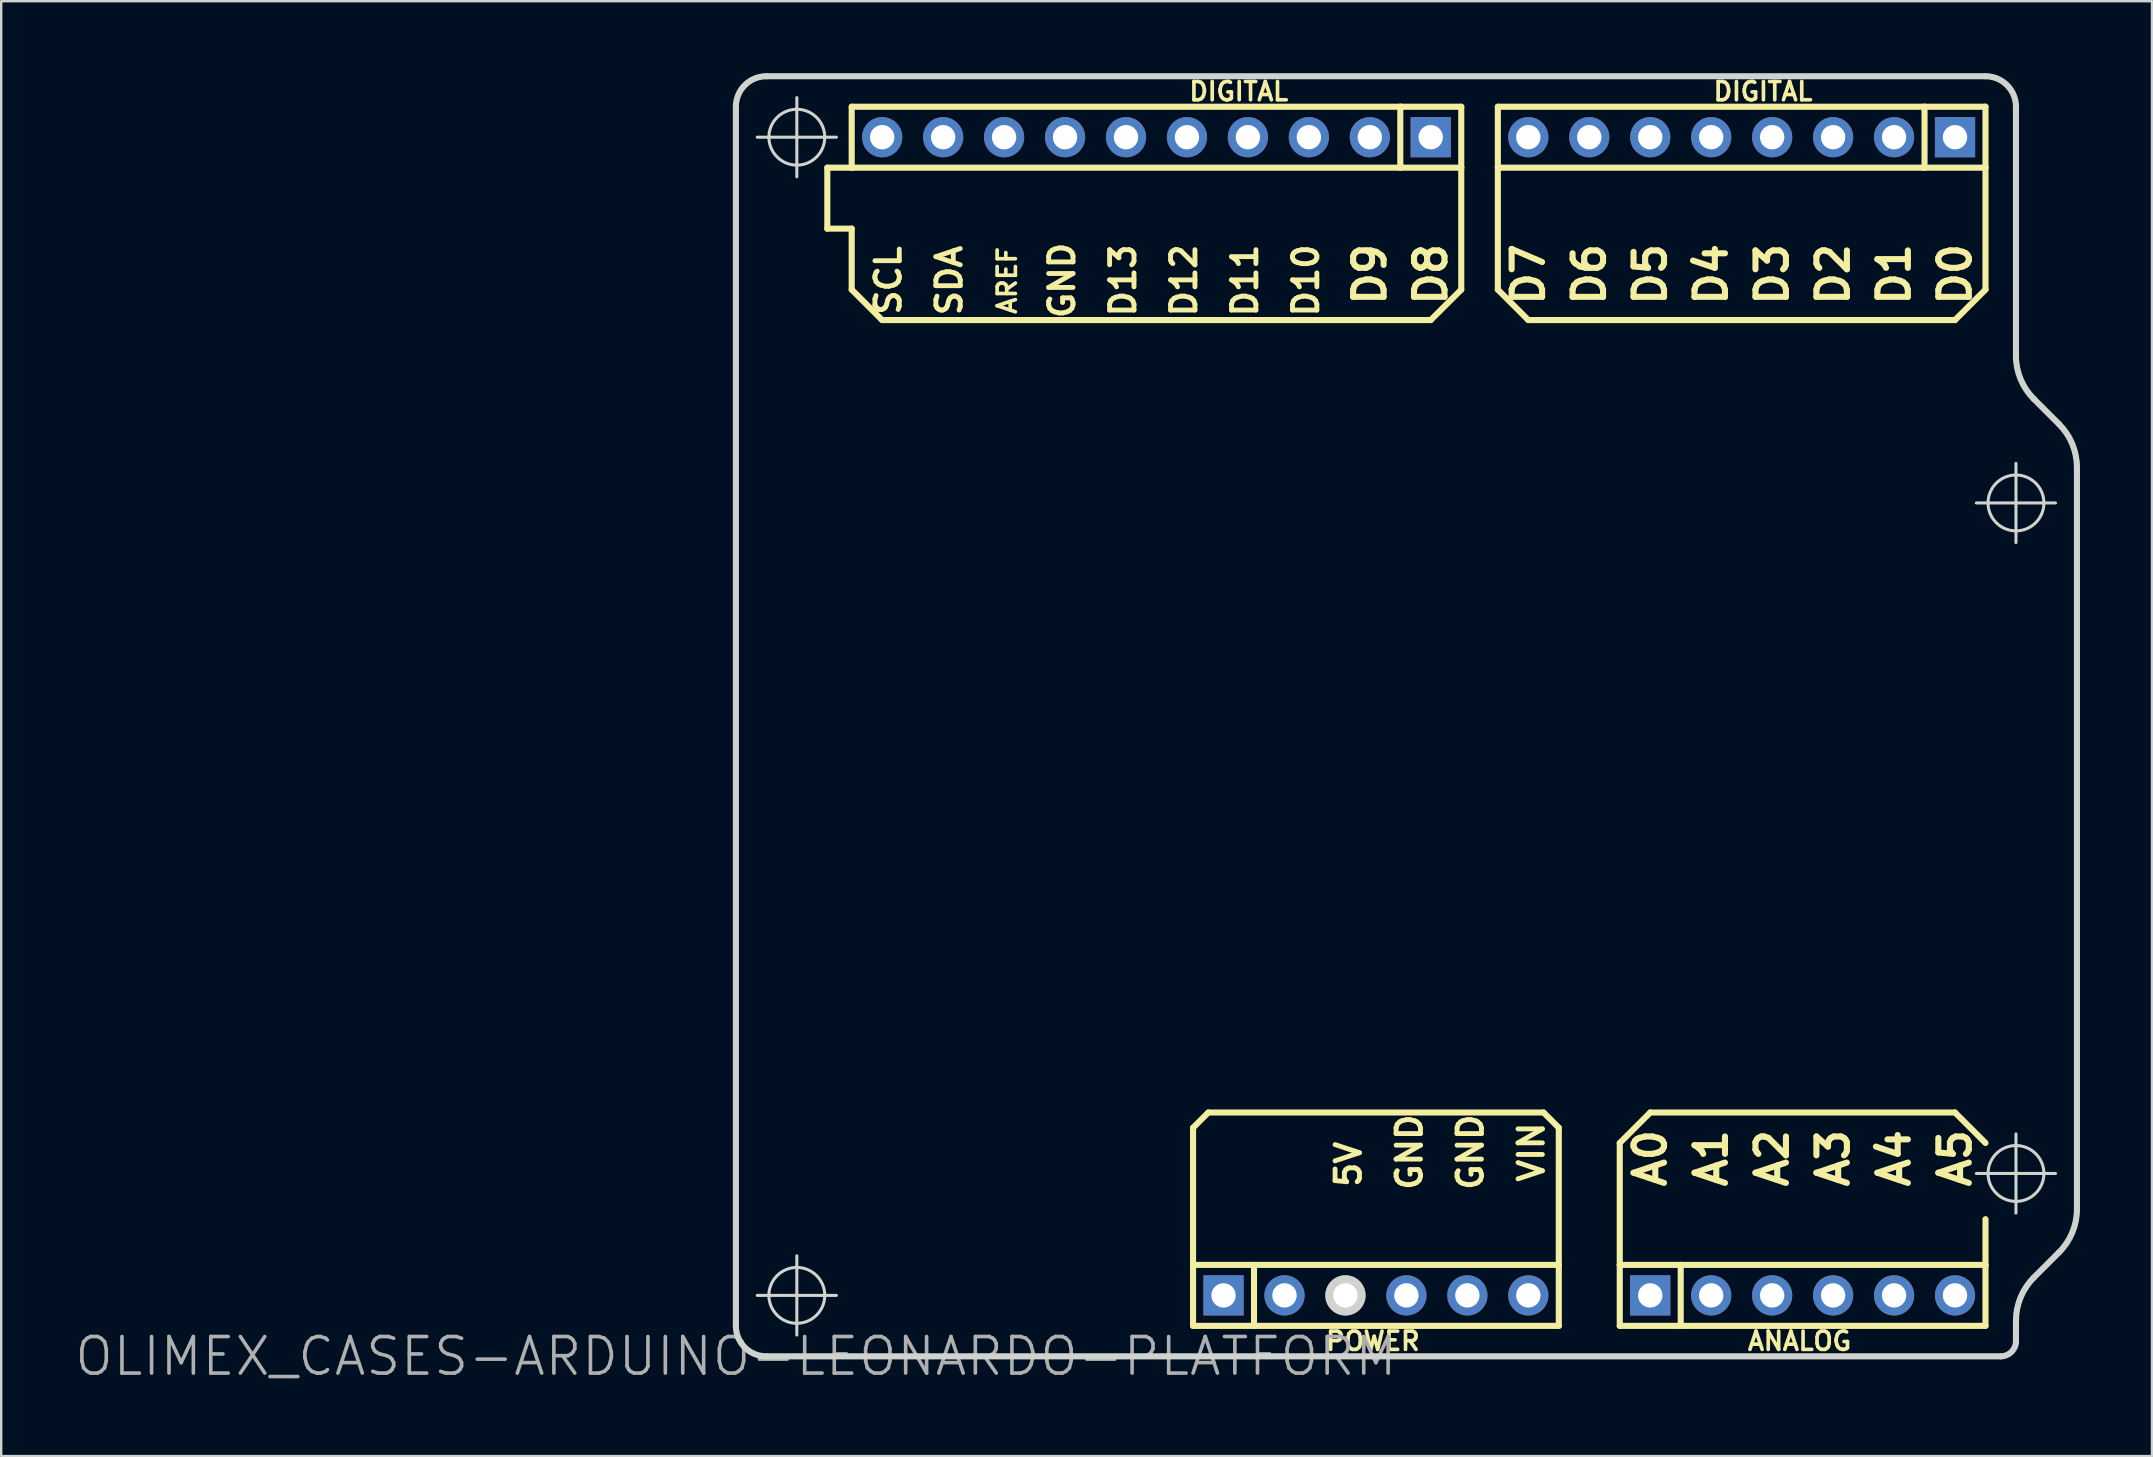
<source format=kicad_pcb>
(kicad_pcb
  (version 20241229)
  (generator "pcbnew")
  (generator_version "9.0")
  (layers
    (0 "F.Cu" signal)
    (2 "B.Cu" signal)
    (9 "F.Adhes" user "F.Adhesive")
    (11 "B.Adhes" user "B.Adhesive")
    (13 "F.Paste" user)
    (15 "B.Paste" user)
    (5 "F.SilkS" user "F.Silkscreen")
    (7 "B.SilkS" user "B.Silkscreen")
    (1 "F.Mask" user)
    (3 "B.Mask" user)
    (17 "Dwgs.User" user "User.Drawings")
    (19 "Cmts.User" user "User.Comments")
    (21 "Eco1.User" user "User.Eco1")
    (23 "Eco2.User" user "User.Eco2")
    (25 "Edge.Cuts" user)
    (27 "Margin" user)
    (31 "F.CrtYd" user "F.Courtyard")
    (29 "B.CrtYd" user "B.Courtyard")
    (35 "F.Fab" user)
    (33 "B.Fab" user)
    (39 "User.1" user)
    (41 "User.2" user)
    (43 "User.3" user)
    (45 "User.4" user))
  (footprint "OLIMEX_CASES-ARDUINO-LEONARDO-PLATFORM"
    (layer "F.Cu")
    (at 27.613 53.467)
    (property "Reference" "OLIMEX_CASES-ARDUINO-LEONARDO-PLATFORM" (at 0 0 0) (layer "F.Fab") (effects (font (size 1.524 1.524) (thickness 0.15))))
    (attr exclude_from_pos_files exclude_from_bom)
    (fp_line (start 3.81 -49.53) (end 3.81 -46.99) (stroke (width 0.254) (type solid)) (layer "F.SilkS"))
    (fp_line (start 3.81 -46.99) (end 4.826 -46.99) (stroke (width 0.254) (type solid)) (layer "F.SilkS"))
    (fp_line (start 4.826 -52.07) (end 27.686 -52.07) (stroke (width 0.254) (type solid)) (layer "F.SilkS"))
    (fp_line (start 4.826 -49.53) (end 3.81 -49.53) (stroke (width 0.254) (type solid)) (layer "F.SilkS"))
    (fp_line (start 4.826 -49.53) (end 4.826 -52.07) (stroke (width 0.254) (type solid)) (layer "F.SilkS"))
    (fp_line (start 4.826 -46.99) (end 4.826 -44.45) (stroke (width 0.254) (type solid)) (layer "F.SilkS"))
    (fp_line (start 4.826 -44.45) (end 6.096 -43.18) (stroke (width 0.254) (type solid)) (layer "F.SilkS"))
    (fp_line (start 19.05 -9.525) (end 19.685 -10.16) (stroke (width 0.254) (type solid)) (layer "F.SilkS"))
    (fp_line (start 19.05 -3.81) (end 19.05 -9.525) (stroke (width 0.254) (type solid)) (layer "F.SilkS"))
    (fp_line (start 19.05 -3.81) (end 21.59 -3.81) (stroke (width 0.254) (type solid)) (layer "F.SilkS"))
    (fp_line (start 19.05 -1.27) (end 19.05 -3.81) (stroke (width 0.254) (type solid)) (layer "F.SilkS"))
    (fp_line (start 19.685 -10.16) (end 33.655 -10.16) (stroke (width 0.254) (type solid)) (layer "F.SilkS"))
    (fp_line (start 21.59 -3.81) (end 21.59 -1.27) (stroke (width 0.254) (type solid)) (layer "F.SilkS"))
    (fp_line (start 21.59 -3.81) (end 34.29 -3.81) (stroke (width 0.254) (type solid)) (layer "F.SilkS"))
    (fp_line (start 21.59 -1.27) (end 19.05 -1.27) (stroke (width 0.254) (type solid)) (layer "F.SilkS"))
    (fp_line (start 27.686 -52.07) (end 30.226 -52.07) (stroke (width 0.254) (type solid)) (layer "F.SilkS"))
    (fp_line (start 27.686 -49.53) (end 4.826 -49.53) (stroke (width 0.254) (type solid)) (layer "F.SilkS"))
    (fp_line (start 27.686 -49.53) (end 27.686 -52.07) (stroke (width 0.254) (type solid)) (layer "F.SilkS"))
    (fp_line (start 28.953 -43.18) (end 6.096 -43.18) (stroke (width 0.254) (type solid)) (layer "F.SilkS"))
    (fp_line (start 30.226 -52.07) (end 30.226 -49.53) (stroke (width 0.254) (type solid)) (layer "F.SilkS"))
    (fp_line (start 30.226 -49.53) (end 27.686 -49.53) (stroke (width 0.254) (type solid)) (layer "F.SilkS"))
    (fp_line (start 30.226 -49.53) (end 30.226 -44.45) (stroke (width 0.254) (type solid)) (layer "F.SilkS"))
    (fp_line (start 30.226 -44.45) (end 28.953 -43.18) (stroke (width 0.254) (type solid)) (layer "F.SilkS"))
    (fp_line (start 31.75 -52.07) (end 49.53 -52.07) (stroke (width 0.254) (type solid)) (layer "F.SilkS"))
    (fp_line (start 31.75 -49.53) (end 31.75 -52.07) (stroke (width 0.254) (type solid)) (layer "F.SilkS"))
    (fp_line (start 31.75 -49.53) (end 31.75 -44.45) (stroke (width 0.254) (type solid)) (layer "F.SilkS"))
    (fp_line (start 31.75 -44.45) (end 33.02 -43.18) (stroke (width 0.254) (type solid)) (layer "F.SilkS"))
    (fp_line (start 33.655 -10.16) (end 34.29 -9.525) (stroke (width 0.254) (type solid)) (layer "F.SilkS"))
    (fp_line (start 34.29 -3.81) (end 34.29 -9.525) (stroke (width 0.254) (type solid)) (layer "F.SilkS"))
    (fp_line (start 34.29 -3.81) (end 34.29 -1.27) (stroke (width 0.254) (type solid)) (layer "F.SilkS"))
    (fp_line (start 34.29 -1.27) (end 21.59 -1.27) (stroke (width 0.254) (type solid)) (layer "F.SilkS"))
    (fp_line (start 36.83 -8.89) (end 38.1 -10.16) (stroke (width 0.254) (type solid)) (layer "F.SilkS"))
    (fp_line (start 36.83 -3.81) (end 36.83 -8.89) (stroke (width 0.254) (type solid)) (layer "F.SilkS"))
    (fp_line (start 36.83 -3.81) (end 39.37 -3.81) (stroke (width 0.254) (type solid)) (layer "F.SilkS"))
    (fp_line (start 36.83 -1.27) (end 36.83 -3.81) (stroke (width 0.254) (type solid)) (layer "F.SilkS"))
    (fp_line (start 38.1 -10.16) (end 50.8 -10.16) (stroke (width 0.254) (type solid)) (layer "F.SilkS"))
    (fp_line (start 39.37 -3.81) (end 39.37 -1.27) (stroke (width 0.254) (type solid)) (layer "F.SilkS"))
    (fp_line (start 39.37 -3.81) (end 52.07 -3.81) (stroke (width 0.254) (type solid)) (layer "F.SilkS"))
    (fp_line (start 39.37 -1.27) (end 36.83 -1.27) (stroke (width 0.254) (type solid)) (layer "F.SilkS"))
    (fp_line (start 49.53 -52.07) (end 52.07 -52.07) (stroke (width 0.254) (type solid)) (layer "F.SilkS"))
    (fp_line (start 49.53 -49.53) (end 31.75 -49.53) (stroke (width 0.254) (type solid)) (layer "F.SilkS"))
    (fp_line (start 49.53 -49.53) (end 49.53 -52.07) (stroke (width 0.254) (type solid)) (layer "F.SilkS"))
    (fp_line (start 50.8 -43.18) (end 33.02 -43.18) (stroke (width 0.254) (type solid)) (layer "F.SilkS"))
    (fp_line (start 52.07 -52.07) (end 52.07 -49.53) (stroke (width 0.254) (type solid)) (layer "F.SilkS"))
    (fp_line (start 52.07 -49.53) (end 49.53 -49.53) (stroke (width 0.254) (type solid)) (layer "F.SilkS"))
    (fp_line (start 52.07 -49.53) (end 52.07 -44.45) (stroke (width 0.254) (type solid)) (layer "F.SilkS"))
    (fp_line (start 52.07 -44.45) (end 50.8 -43.18) (stroke (width 0.254) (type solid)) (layer "F.SilkS"))
    (fp_line (start 52.07 -8.89) (end 50.8 -10.16) (stroke (width 0.254) (type solid)) (layer "F.SilkS"))
    (fp_line (start 52.07 -3.81) (end 52.07 -5.715) (stroke (width 0.254) (type solid)) (layer "F.SilkS"))
    (fp_line (start 52.07 -3.81) (end 52.07 -1.27) (stroke (width 0.254) (type solid)) (layer "F.SilkS"))
    (fp_line (start 52.07 -1.27) (end 39.37 -1.27) (stroke (width 0.254) (type solid)) (layer "F.SilkS"))
    (fp_line (start 0 -1.27) (end 0 -52.07) (stroke (width 0.254) (type solid)) (layer "Edge.Cuts"))
    (fp_line (start 0.889 -50.8) (end 4.188 -50.8) (stroke (width 0.127) (type solid)) (layer "Edge.Cuts"))
    (fp_line (start 0.889 -2.54) (end 4.188 -2.54) (stroke (width 0.127) (type solid)) (layer "Edge.Cuts"))
    (fp_line (start 1.27 -53.34) (end 52.07 -53.34) (stroke (width 0.254) (type solid)) (layer "Edge.Cuts"))
    (fp_line (start 2.54 -49.149) (end 2.54 -52.448) (stroke (width 0.127) (type solid)) (layer "Edge.Cuts"))
    (fp_line (start 2.54 -0.889) (end 2.54 -4.188) (stroke (width 0.127) (type solid)) (layer "Edge.Cuts"))
    (fp_line (start 51.689 -35.56) (end 54.988 -35.56) (stroke (width 0.127) (type solid)) (layer "Edge.Cuts"))
    (fp_line (start 51.689 -7.62) (end 54.988 -7.62) (stroke (width 0.127) (type solid)) (layer "Edge.Cuts"))
    (fp_line (start 52.705 0) (end 1.27 0) (stroke (width 0.254) (type solid)) (layer "Edge.Cuts"))
    (fp_line (start 53.34 -52.07) (end 53.34 -41.692) (stroke (width 0.254) (type solid)) (layer "Edge.Cuts"))
    (fp_line (start 53.34 -33.909) (end 53.34 -37.208) (stroke (width 0.127) (type solid)) (layer "Edge.Cuts"))
    (fp_line (start 53.34 -5.969) (end 53.34 -9.268) (stroke (width 0.127) (type solid)) (layer "Edge.Cuts"))
    (fp_line (start 53.34 -1.486) (end 53.34 -0.635) (stroke (width 0.254) (type solid)) (layer "Edge.Cuts"))
    (fp_line (start 54.082 -39.896) (end 55.136 -38.842) (stroke (width 0.254) (type solid)) (layer "Edge.Cuts"))
    (fp_line (start 55.136 -4.336) (end 54.082 -3.282) (stroke (width 0.254) (type solid)) (layer "Edge.Cuts"))
    (fp_line (start 55.88 -37.046) (end 55.88 -6.132) (stroke (width 0.254) (type solid)) (layer "Edge.Cuts"))
    (fp_arc (start 0 -52.07) (mid 0.371974 -52.968026) (end 1.27 -53.34) (stroke (width 0.254) (type solid)) (layer "Edge.Cuts"))
    (fp_arc (start 1.27 0) (mid 0.371974 -0.371974) (end 0 -1.27) (stroke (width 0.254) (type solid)) (layer "Edge.Cuts"))
    (fp_arc (start 52.07 -53.34) (mid 52.968026 -52.968026) (end 53.34 -52.07) (stroke (width 0.254) (type solid)) (layer "Edge.Cuts"))
    (fp_arc (start 53.34 -1.4859) (mid 53.532499 -2.455868) (end 54.080817 -3.278814) (stroke (width 0.254) (type solid)) (layer "Edge.Cuts"))
    (fp_arc (start 53.34 -0.635) (mid 53.154013 -0.185987) (end 52.705 0) (stroke (width 0.254) (type solid)) (layer "Edge.Cuts"))
    (fp_arc (start 54.08168 -39.89578) (mid 53.532202 -40.718613) (end 53.338588 -41.68892) (stroke (width 0.254) (type solid)) (layer "Edge.Cuts"))
    (fp_arc (start 55.13578 -38.84168) (mid 55.685451 -38.019816) (end 55.879613 -37.050332) (stroke (width 0.254) (type solid)) (layer "Edge.Cuts"))
    (fp_arc (start 55.88 -6.13156) (mid 55.687501 -5.161592) (end 55.139183 -4.338646) (stroke (width 0.254) (type solid)) (layer "Edge.Cuts"))
    (fp_circle (center 2.54 -50.8) (end 3.363 -51.623) (stroke (width 0.127) (type solid)) (fill no) (layer "Edge.Cuts"))
    (fp_circle (center 2.54 -2.54) (end 3.363 -3.363) (stroke (width 0.127) (type solid)) (fill no) (layer "Edge.Cuts"))
    (fp_circle (center 53.34 -35.56) (end 54.163 -36.383) (stroke (width 0.127) (type solid)) (fill no) (layer "Edge.Cuts"))
    (fp_circle (center 53.34 -7.62) (end 54.163 -8.443) (stroke (width 0.127) (type solid)) (fill no) (layer "Edge.Cuts"))
    (fp_text user "D8" (at 28.953 -45.085 270) (layer "F.SilkS") (effects (font (size 1.27 1.27) (thickness 0.254))))
    (fp_text user "D1" (at 48.26 -45.085 270) (layer "F.SilkS") (effects (font (size 1.27 1.27) (thickness 0.254))))
    (fp_text user "D10" (at 23.749 -44.831 270) (layer "F.SilkS") (effects (font (size 1.016 1.016) (thickness 0.203))))
    (fp_text user "VIN" (at 33.147 -8.509 90) (layer "F.SilkS") (effects (font (size 1.016 1.016) (thickness 0.203))))
    (fp_text user "D6" (at 35.56 -45.085 270) (layer "F.SilkS") (effects (font (size 1.27 1.27) (thickness 0.254))))
    (fp_text user "GND" (at 30.607 -8.509 90) (layer "F.SilkS") (effects (font (size 1.016 1.016) (thickness 0.203))))
    (fp_text user "D5" (at 38.1 -45.085 270) (layer "F.SilkS") (effects (font (size 1.27 1.27) (thickness 0.254))))
    (fp_text user "A5" (at 50.8 -8.255 90) (layer "F.SilkS") (effects (font (size 1.27 1.27) (thickness 0.254))))
    (fp_text user "GND" (at 13.589 -44.831 270) (layer "F.SilkS") (effects (font (size 1.016 1.016) (thickness 0.203))))
    (fp_text user "D13" (at 16.129 -44.831 270) (layer "F.SilkS") (effects (font (size 1.016 1.016) (thickness 0.203))))
    (fp_text user "D2" (at 45.72 -45.085 270) (layer "F.SilkS") (effects (font (size 1.27 1.27) (thickness 0.254))))
    (fp_text user "D11" (at 21.209 -44.831 270) (layer "F.SilkS") (effects (font (size 1.016 1.016) (thickness 0.203))))
    (fp_text user "GND" (at 28.067 -8.509 90) (layer "F.SilkS") (effects (font (size 1.016 1.016) (thickness 0.203))))
    (fp_text user "A3" (at 45.72 -8.255 90) (layer "F.SilkS") (effects (font (size 1.27 1.27) (thickness 0.254))))
    (fp_text user "D9" (at 26.416 -45.085 270) (layer "F.SilkS") (effects (font (size 1.27 1.27) (thickness 0.254))))
    (fp_text user "AREF" (at 11.303 -44.831 270) (layer "F.SilkS") (effects (font (size 0.762 0.762) (thickness 0.152))))
    (fp_text user "5V" (at 25.524 -8.001 90) (layer "F.SilkS") (effects (font (size 1.016 1.016) (thickness 0.203))))
    (fp_text user "D12" (at 18.669 -44.831 270) (layer "F.SilkS") (effects (font (size 1.016 1.016) (thickness 0.203))))
    (fp_text user "SDA" (at 8.89 -44.831 270) (layer "F.SilkS") (effects (font (size 1.016 1.016) (thickness 0.203))))
    (fp_text user "D7" (at 33.02 -45.085 270) (layer "F.SilkS") (effects (font (size 1.27 1.27) (thickness 0.254))))
    (fp_text user "DIGITAL" (at 42.799 -52.705 0) (layer "F.SilkS") (effects (font (size 0.762 0.762) (thickness 0.152))))
    (fp_text user "SCL" (at 6.35 -44.831 270) (layer "F.SilkS") (effects (font (size 1.016 1.016) (thickness 0.203))))
    (fp_text user "A4" (at 48.26 -8.255 90) (layer "F.SilkS") (effects (font (size 1.27 1.27) (thickness 0.254))))
    (fp_text user "ANALOG" (at 44.323 -0.635 180) (layer "F.SilkS") (effects (font (size 0.762 0.762) (thickness 0.152))))
    (fp_text user "A0" (at 38.1 -8.255 90) (layer "F.SilkS") (effects (font (size 1.27 1.27) (thickness 0.254))))
    (fp_text user "POWER" (at 26.543 -0.635 180) (layer "F.SilkS") (effects (font (size 0.762 0.762) (thickness 0.152))))
    (fp_text user "D3" (at 43.18 -45.085 270) (layer "F.SilkS") (effects (font (size 1.27 1.27) (thickness 0.254))))
    (fp_text user "A2" (at 43.18 -8.255 90) (layer "F.SilkS") (effects (font (size 1.27 1.27) (thickness 0.254))))
    (fp_text user "A1" (at 40.64 -8.255 90) (layer "F.SilkS") (effects (font (size 1.27 1.27) (thickness 0.254))))
    (fp_text user "DIGITAL" (at 20.955 -52.705 0) (layer "F.SilkS") (effects (font (size 0.762 0.762) (thickness 0.152))))
    (fp_text user "D0" (at 50.8 -45.085 270) (layer "F.SilkS") (effects (font (size 1.27 1.27) (thickness 0.254))))
    (fp_text user "D4" (at 40.64 -45.085 270) (layer "F.SilkS") (effects (font (size 1.27 1.27) (thickness 0.254))))
    (pad "3V3" thru_hole circle (at 22.86 -2.54) (size 1.676 1.676) (drill 1.016) (layers "*.Cu" "*.Mask"))
    (pad "5V" thru_hole circle (at 25.4 -2.54) (size 1.676 1.676) (drill 1.016) (layers "*.Cu" "*.Mask" "Edge.Cuts"))
    (pad "A0" thru_hole rect (at 38.1 -2.54) (size 1.676 1.676) (drill 1.016) (layers "*.Cu" "*.Mask"))
    (pad "A1" thru_hole circle (at 40.64 -2.54) (size 1.676 1.676) (drill 1.016) (layers "*.Cu" "*.Mask"))
    (pad "A2" thru_hole circle (at 43.18 -2.54) (size 1.676 1.676) (drill 1.016) (layers "*.Cu" "*.Mask"))
    (pad "A3" thru_hole circle (at 45.72 -2.54) (size 1.676 1.676) (drill 1.016) (layers "*.Cu" "*.Mask"))
    (pad "A4" thru_hole circle (at 48.26 -2.54) (size 1.676 1.676) (drill 1.016) (layers "*.Cu" "*.Mask"))
    (pad "A5" thru_hole circle (at 50.8 -2.54) (size 1.676 1.676) (drill 1.016) (layers "*.Cu" "*.Mask"))
    (pad "AREF" thru_hole circle (at 11.176 -50.8) (size 1.676 1.676) (drill 1.016) (layers "*.Cu" "*.Mask"))
    (pad "D0" thru_hole rect (at 50.8 -50.8) (size 1.676 1.676) (drill 1.016) (layers "*.Cu" "*.Mask"))
    (pad "D1" thru_hole circle (at 48.26 -50.8) (size 1.676 1.676) (drill 1.016) (layers "*.Cu" "*.Mask"))
    (pad "D2" thru_hole circle (at 45.72 -50.8) (size 1.676 1.676) (drill 1.016) (layers "*.Cu" "*.Mask"))
    (pad "D3" thru_hole circle (at 43.18 -50.8) (size 1.676 1.676) (drill 1.016) (layers "*.Cu" "*.Mask"))
    (pad "D4" thru_hole circle (at 40.64 -50.8) (size 1.676 1.676) (drill 1.016) (layers "*.Cu" "*.Mask"))
    (pad "D5" thru_hole circle (at 38.1 -50.8) (size 1.676 1.676) (drill 1.016) (layers "*.Cu" "*.Mask"))
    (pad "D6" thru_hole circle (at 35.56 -50.8) (size 1.676 1.676) (drill 1.016) (layers "*.Cu" "*.Mask"))
    (pad "D7" thru_hole circle (at 33.02 -50.8) (size 1.676 1.676) (drill 1.016) (layers "*.Cu" "*.Mask"))
    (pad "D8" thru_hole rect (at 28.953 -50.8) (size 1.676 1.676) (drill 1.016) (layers "*.Cu" "*.Mask"))
    (pad "D9" thru_hole circle (at 26.416 -50.8) (size 1.676 1.676) (drill 1.016) (layers "*.Cu" "*.Mask"))
    (pad "D10" thru_hole circle (at 23.876 -50.8) (size 1.676 1.676) (drill 1.016) (layers "*.Cu" "*.Mask"))
    (pad "D11" thru_hole circle (at 21.336 -50.8) (size 1.676 1.676) (drill 1.016) (layers "*.Cu" "*.Mask"))
    (pad "D12" thru_hole circle (at 18.796 -50.8) (size 1.676 1.676) (drill 1.016) (layers "*.Cu" "*.Mask"))
    (pad "D13" thru_hole circle (at 16.256 -50.8) (size 1.676 1.676) (drill 1.016) (layers "*.Cu" "*.Mask"))
    (pad "GND" thru_hole circle (at 27.94 -2.54) (size 1.676 1.676) (drill 1.016) (layers "*.Cu" "*.Mask"))
    (pad "GND@" thru_hole circle (at 13.716 -50.8) (size 1.676 1.676) (drill 1.016) (layers "*.Cu" "*.Mask"))
    (pad "GND@" thru_hole circle (at 30.48 -2.54) (size 1.676 1.676) (drill 1.016) (layers "*.Cu" "*.Mask"))
    (pad "RST" thru_hole rect (at 20.32 -2.54) (size 1.676 1.676) (drill 1.016) (layers "*.Cu" "*.Mask"))
    (pad "SCL" thru_hole circle (at 6.096 -50.8) (size 1.676 1.676) (drill 1.016) (layers "*.Cu" "*.Mask"))
    (pad "SDA" thru_hole circle (at 8.636 -50.8) (size 1.676 1.676) (drill 1.016) (layers "*.Cu" "*.Mask"))
    (pad "VIN" thru_hole circle (at 33.02 -2.54) (size 1.676 1.676) (drill 1.016) (layers "*.Cu" "*.Mask")))
  (gr_rect
    (start -3 -3)
    (end 86.62 57.622)
    (stroke (width 0.1) (type default))
    (fill no)
    (layer "Edge.Cuts")))
</source>
